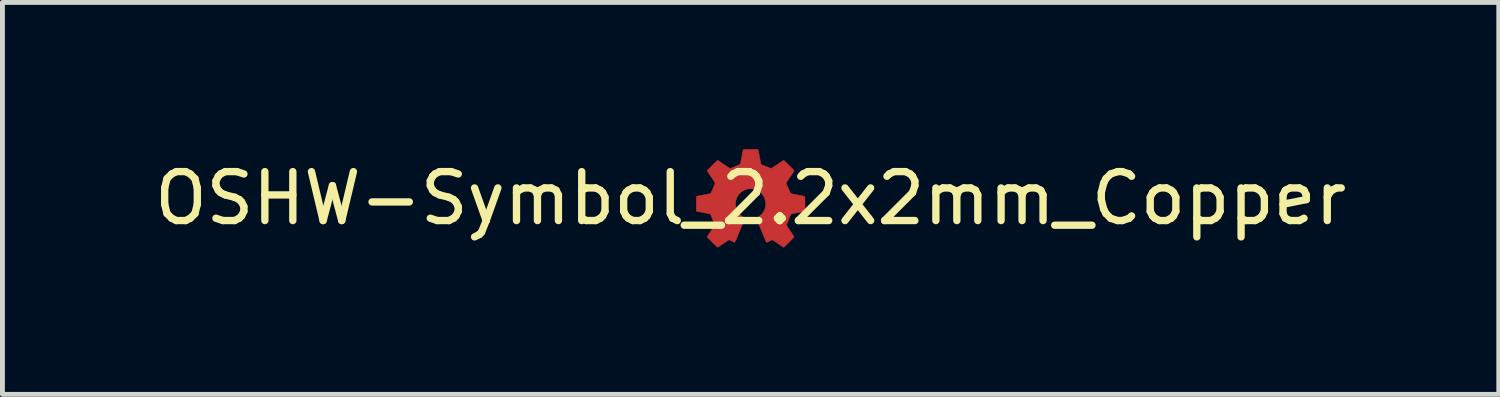
<source format=kicad_pcb>
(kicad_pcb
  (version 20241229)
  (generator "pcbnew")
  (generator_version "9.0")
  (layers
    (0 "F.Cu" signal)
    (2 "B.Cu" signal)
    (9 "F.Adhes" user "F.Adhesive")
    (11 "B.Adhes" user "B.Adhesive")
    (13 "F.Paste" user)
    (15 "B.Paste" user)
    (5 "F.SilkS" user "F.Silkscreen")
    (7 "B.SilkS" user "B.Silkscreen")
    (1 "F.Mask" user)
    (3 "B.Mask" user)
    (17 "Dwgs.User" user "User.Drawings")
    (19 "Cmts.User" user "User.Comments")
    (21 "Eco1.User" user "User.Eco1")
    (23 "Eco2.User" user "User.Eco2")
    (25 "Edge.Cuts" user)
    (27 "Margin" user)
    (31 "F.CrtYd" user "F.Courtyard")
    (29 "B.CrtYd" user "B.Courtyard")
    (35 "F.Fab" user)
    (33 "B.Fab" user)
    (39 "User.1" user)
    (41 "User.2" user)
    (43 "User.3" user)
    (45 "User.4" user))
  (footprint "OSHW-Symbol_2.2x2mm_Copper"
    (layer "F.Cu")
    (at 12.292 1.003)
    (property "Reference" "OSHW-Symbol_2.2x2mm_Copper" (at 0 0 0) (layer "F.SilkS") (effects (font (size 1 1) (thickness 0.15))))
    (attr exclude_from_pos_files exclude_from_bom)
    (fp_poly (pts (xy 0.153 -0.99) (xy 0.154 -0.985) (xy 0.157 -0.973) (xy 0.16 -0.956) (xy 0.165 -0.934) (xy 0.17 -0.908) (xy 0.175 -0.88) (xy 0.181 -0.849) (xy 0.183 -0.839) (xy 0.189 -0.808) (xy 0.194 -0.779) (xy 0.199 -0.753) (xy 0.204 -0.731) (xy 0.208 -0.713) (xy 0.211 -0.7) (xy 0.212 -0.694) (xy 0.213 -0.693) (xy 0.217 -0.691) (xy 0.227 -0.686) (xy 0.242 -0.68) (xy 0.261 -0.672) (xy 0.282 -0.664) (xy 0.305 -0.654) (xy 0.328 -0.645) (xy 0.351 -0.636) (xy 0.372 -0.628) (xy 0.39 -0.62) (xy 0.405 -0.615) (xy 0.416 -0.611) (xy 0.421 -0.61) (xy 0.425 -0.612) (xy 0.435 -0.617) (xy 0.449 -0.626) (xy 0.467 -0.638) (xy 0.488 -0.652) (xy 0.513 -0.669) (xy 0.539 -0.686) (xy 0.548 -0.693) (xy 0.575 -0.711) (xy 0.6 -0.728) (xy 0.622 -0.743) (xy 0.641 -0.756) (xy 0.657 -0.766) (xy 0.668 -0.773) (xy 0.674 -0.776) (xy 0.675 -0.777) (xy 0.679 -0.774) (xy 0.687 -0.767) (xy 0.699 -0.756) (xy 0.714 -0.742) (xy 0.731 -0.725) (xy 0.75 -0.707) (xy 0.77 -0.687) (xy 0.79 -0.667) (xy 0.811 -0.647) (xy 0.83 -0.627) (xy 0.847 -0.609) (xy 0.863 -0.593) (xy 0.875 -0.58) (xy 0.884 -0.57) (xy 0.889 -0.564) (xy 0.889 -0.563) (xy 0.887 -0.559) (xy 0.882 -0.55) (xy 0.873 -0.536) (xy 0.861 -0.518) (xy 0.847 -0.497) (xy 0.831 -0.473) (xy 0.813 -0.448) (xy 0.808 -0.439) (xy 0.79 -0.413) (xy 0.773 -0.388) (xy 0.758 -0.366) (xy 0.746 -0.346) (xy 0.736 -0.33) (xy 0.729 -0.319) (xy 0.726 -0.313) (xy 0.726 -0.312) (xy 0.727 -0.307) (xy 0.731 -0.296) (xy 0.737 -0.28) (xy 0.745 -0.261) (xy 0.754 -0.239) (xy 0.764 -0.216) (xy 0.774 -0.192) (xy 0.784 -0.17) (xy 0.793 -0.148) (xy 0.801 -0.13) (xy 0.808 -0.115) (xy 0.814 -0.105) (xy 0.816 -0.101) (xy 0.82 -0.099) (xy 0.828 -0.096) (xy 0.841 -0.093) (xy 0.859 -0.089) (xy 0.883 -0.084) (xy 0.912 -0.078) (xy 0.949 -0.071) (xy 0.962 -0.069) (xy 0.993 -0.063) (xy 1.022 -0.057) (xy 1.048 -0.052) (xy 1.07 -0.048) (xy 1.087 -0.044) (xy 1.1 -0.041) (xy 1.106 -0.039) (xy 1.106 -0.039) (xy 1.107 -0.035) (xy 1.108 -0.024) (xy 1.109 -0.008) (xy 1.11 0.013) (xy 1.11 0.037) (xy 1.111 0.064) (xy 1.111 0.092) (xy 1.111 0.121) (xy 1.111 0.15) (xy 1.111 0.177) (xy 1.11 0.202) (xy 1.11 0.225) (xy 1.109 0.243) (xy 1.108 0.256) (xy 1.107 0.263) (xy 1.106 0.264) (xy 1.102 0.266) (xy 1.091 0.268) (xy 1.074 0.272) (xy 1.053 0.276) (xy 1.028 0.281) (xy 1 0.286) (xy 0.97 0.292) (xy 0.964 0.293) (xy 0.926 0.3) (xy 0.896 0.306) (xy 0.871 0.311) (xy 0.852 0.315) (xy 0.838 0.319) (xy 0.828 0.322) (xy 0.823 0.324) (xy 0.822 0.325) (xy 0.819 0.33) (xy 0.814 0.341) (xy 0.807 0.357) (xy 0.799 0.376) (xy 0.79 0.398) (xy 0.781 0.422) (xy 0.771 0.446) (xy 0.762 0.47) (xy 0.753 0.492) (xy 0.746 0.512) (xy 0.74 0.529) (xy 0.735 0.541) (xy 0.733 0.548) (xy 0.733 0.548) (xy 0.735 0.553) (xy 0.741 0.563) (xy 0.75 0.577) (xy 0.762 0.596) (xy 0.776 0.617) (xy 0.792 0.641) (xy 0.809 0.666) (xy 0.811 0.67) (xy 0.829 0.695) (xy 0.845 0.719) (xy 0.859 0.741) (xy 0.871 0.759) (xy 0.881 0.773) (xy 0.887 0.783) (xy 0.889 0.788) (xy 0.889 0.788) (xy 0.887 0.792) (xy 0.88 0.8) (xy 0.868 0.812) (xy 0.854 0.827) (xy 0.836 0.846) (xy 0.816 0.866) (xy 0.794 0.889) (xy 0.784 0.898) (xy 0.757 0.926) (xy 0.734 0.948) (xy 0.715 0.966) (xy 0.7 0.98) (xy 0.689 0.991) (xy 0.681 0.997) (xy 0.675 1) (xy 0.673 1.001) (xy 0.668 0.999) (xy 0.659 0.992) (xy 0.644 0.983) (xy 0.626 0.971) (xy 0.605 0.957) (xy 0.582 0.941) (xy 0.557 0.924) (xy 0.527 0.904) (xy 0.501 0.886) (xy 0.479 0.872) (xy 0.461 0.861) (xy 0.449 0.853) (xy 0.441 0.85) (xy 0.44 0.849) (xy 0.434 0.851) (xy 0.423 0.856) (xy 0.408 0.862) (xy 0.391 0.871) (xy 0.384 0.875) (xy 0.363 0.886) (xy 0.348 0.893) (xy 0.337 0.898) (xy 0.329 0.899) (xy 0.324 0.899) (xy 0.321 0.896) (xy 0.32 0.896) (xy 0.318 0.891) (xy 0.313 0.88) (xy 0.306 0.864) (xy 0.297 0.844) (xy 0.287 0.819) (xy 0.275 0.791) (xy 0.263 0.76) (xy 0.249 0.727) (xy 0.235 0.693) (xy 0.221 0.658) (xy 0.206 0.623) (xy 0.192 0.588) (xy 0.179 0.555) (xy 0.166 0.524) (xy 0.155 0.495) (xy 0.144 0.469) (xy 0.136 0.447) (xy 0.129 0.429) (xy 0.124 0.417) (xy 0.122 0.41) (xy 0.122 0.409) (xy 0.126 0.405) (xy 0.134 0.398) (xy 0.146 0.39) (xy 0.153 0.385) (xy 0.18 0.365) (xy 0.206 0.343) (xy 0.23 0.319) (xy 0.25 0.295) (xy 0.257 0.285) (xy 0.28 0.244) (xy 0.296 0.202) (xy 0.306 0.157) (xy 0.309 0.112) (xy 0.305 0.067) (xy 0.295 0.023) (xy 0.279 -0.02) (xy 0.256 -0.059) (xy 0.228 -0.096) (xy 0.194 -0.128) (xy 0.155 -0.154) (xy 0.113 -0.175) (xy 0.081 -0.186) (xy 0.057 -0.191) (xy 0.028 -0.194) (xy -0.003 -0.195) (xy -0.034 -0.193) (xy -0.062 -0.19) (xy -0.081 -0.186) (xy -0.126 -0.169) (xy -0.167 -0.147) (xy -0.204 -0.119) (xy -0.236 -0.087) (xy -0.263 -0.05) (xy -0.284 -0.009) (xy -0.3 0.035) (xy -0.303 0.051) (xy -0.307 0.073) (xy -0.308 0.1) (xy -0.308 0.128) (xy -0.306 0.155) (xy -0.303 0.177) (xy -0.29 0.221) (xy -0.271 0.263) (xy -0.245 0.302) (xy -0.212 0.338) (xy -0.174 0.37) (xy -0.137 0.395) (xy -0.129 0.401) (xy -0.123 0.407) (xy -0.122 0.409) (xy -0.123 0.413) (xy -0.127 0.423) (xy -0.132 0.438) (xy -0.14 0.459) (xy -0.15 0.483) (xy -0.161 0.511) (xy -0.173 0.541) (xy -0.186 0.574) (xy -0.2 0.608) (xy -0.215 0.643) (xy -0.229 0.678) (xy -0.243 0.713) (xy -0.257 0.747) (xy -0.271 0.779) (xy -0.283 0.808) (xy -0.294 0.834) (xy -0.304 0.857) (xy -0.312 0.875) (xy -0.318 0.888) (xy -0.321 0.896) (xy -0.322 0.897) (xy -0.324 0.9) (xy -0.327 0.901) (xy -0.33 0.901) (xy -0.336 0.899) (xy -0.344 0.895) (xy -0.357 0.889) (xy -0.375 0.88) (xy -0.385 0.874) (xy -0.402 0.865) (xy -0.418 0.858) (xy -0.43 0.852) (xy -0.438 0.85) (xy -0.44 0.849) (xy -0.445 0.851) (xy -0.456 0.857) (xy -0.472 0.867) (xy -0.492 0.88) (xy -0.516 0.896) (xy -0.544 0.915) (xy -0.559 0.925) (xy -0.584 0.943) (xy -0.608 0.959) (xy -0.629 0.973) (xy -0.647 0.985) (xy -0.661 0.994) (xy -0.671 0.999) (xy -0.675 1.002) (xy -0.675 1.002) (xy -0.679 0.999) (xy -0.687 0.992) (xy -0.699 0.981) (xy -0.715 0.966) (xy -0.733 0.949) (xy -0.754 0.928) (xy -0.776 0.906) (xy -0.785 0.897) (xy -0.808 0.875) (xy -0.829 0.853) (xy -0.847 0.834) (xy -0.863 0.817) (xy -0.876 0.804) (xy -0.885 0.794) (xy -0.889 0.789) (xy -0.889 0.788) (xy -0.887 0.784) (xy -0.882 0.775) (xy -0.873 0.761) (xy -0.861 0.743) (xy -0.847 0.722) (xy -0.831 0.699) (xy -0.814 0.673) (xy -0.811 0.669) (xy -0.794 0.644) (xy -0.778 0.62) (xy -0.763 0.598) (xy -0.751 0.579) (xy -0.742 0.564) (xy -0.736 0.554) (xy -0.733 0.549) (xy -0.733 0.548) (xy -0.735 0.543) (xy -0.738 0.532) (xy -0.744 0.517) (xy -0.751 0.498) (xy -0.759 0.476) (xy -0.769 0.452) (xy -0.778 0.428) (xy -0.788 0.404) (xy -0.797 0.382) (xy -0.805 0.362) (xy -0.812 0.345) (xy -0.818 0.333) (xy -0.821 0.326) (xy -0.822 0.325) (xy -0.825 0.323) (xy -0.831 0.32) (xy -0.841 0.318) (xy -0.855 0.314) (xy -0.875 0.31) (xy -0.9 0.305) (xy -0.932 0.299) (xy -0.96 0.294) (xy -0.991 0.288) (xy -1.019 0.282) (xy -1.045 0.277) (xy -1.067 0.273) (xy -1.085 0.269) (xy -1.097 0.267) (xy -1.102 0.265) (xy -1.102 0.265) (xy -1.111 0.261) (xy -1.111 0.113) (xy -1.111 0.074) (xy -1.11 0.042) (xy -1.11 0.016) (xy -1.11 -0.004) (xy -1.109 -0.019) (xy -1.108 -0.029) (xy -1.107 -0.036) (xy -1.106 -0.039) (xy -1.106 -0.039) (xy -1.102 -0.04) (xy -1.091 -0.043) (xy -1.074 -0.047) (xy -1.053 -0.051) (xy -1.028 -0.056) (xy -1 -0.061) (xy -0.97 -0.067) (xy -0.962 -0.069) (xy -0.924 -0.076) (xy -0.892 -0.082) (xy -0.866 -0.087) (xy -0.847 -0.091) (xy -0.832 -0.095) (xy -0.822 -0.098) (xy -0.817 -0.1) (xy -0.816 -0.101) (xy -0.813 -0.106) (xy -0.808 -0.117) (xy -0.8 -0.132) (xy -0.792 -0.151) (xy -0.782 -0.172) (xy -0.772 -0.196) (xy -0.762 -0.219) (xy -0.753 -0.242) (xy -0.744 -0.263) (xy -0.736 -0.282) (xy -0.731 -0.297) (xy -0.727 -0.308) (xy -0.726 -0.312) (xy -0.728 -0.317) (xy -0.734 -0.327) (xy -0.743 -0.341) (xy -0.754 -0.36) (xy -0.769 -0.382) (xy -0.785 -0.406) (xy -0.803 -0.432) (xy -0.808 -0.439) (xy -0.825 -0.466) (xy -0.842 -0.49) (xy -0.857 -0.512) (xy -0.869 -0.531) (xy -0.879 -0.546) (xy -0.886 -0.557) (xy -0.889 -0.563) (xy -0.889 -0.563) (xy -0.887 -0.567) (xy -0.88 -0.575) (xy -0.868 -0.587) (xy -0.854 -0.602) (xy -0.836 -0.621) (xy -0.816 -0.641) (xy -0.794 -0.663) (xy -0.784 -0.673) (xy -0.757 -0.701) (xy -0.733 -0.723) (xy -0.715 -0.742) (xy -0.7 -0.755) (xy -0.689 -0.766) (xy -0.68 -0.772) (xy -0.675 -0.775) (xy -0.673 -0.776) (xy -0.668 -0.774) (xy -0.659 -0.767) (xy -0.644 -0.758) (xy -0.626 -0.746) (xy -0.605 -0.732) (xy -0.581 -0.715) (xy -0.555 -0.698) (xy -0.547 -0.692) (xy -0.52 -0.674) (xy -0.496 -0.657) (xy -0.473 -0.642) (xy -0.454 -0.63) (xy -0.438 -0.62) (xy -0.427 -0.613) (xy -0.421 -0.61) (xy -0.42 -0.61) (xy -0.414 -0.611) (xy -0.403 -0.615) (xy -0.387 -0.621) (xy -0.367 -0.629) (xy -0.346 -0.637) (xy -0.323 -0.647) (xy -0.299 -0.656) (xy -0.277 -0.666) (xy -0.256 -0.675) (xy -0.239 -0.683) (xy -0.226 -0.689) (xy -0.217 -0.693) (xy -0.216 -0.695) (xy -0.213 -0.698) (xy -0.211 -0.703) (xy -0.209 -0.71) (xy -0.206 -0.721) (xy -0.203 -0.736) (xy -0.199 -0.755) (xy -0.194 -0.78) (xy -0.188 -0.811) (xy -0.181 -0.846) (xy -0.176 -0.877) (xy -0.17 -0.906) (xy -0.165 -0.933) (xy -0.16 -0.955) (xy -0.157 -0.973) (xy -0.154 -0.986) (xy -0.152 -0.993) (xy -0.152 -0.994) (xy -0.149 -0.995) (xy -0.143 -0.996) (xy -0.133 -0.997) (xy -0.118 -0.997) (xy -0.099 -0.998) (xy -0.073 -0.998) (xy -0.042 -0.998) (xy -0.004 -0.998) (xy 0.149 -0.998) (xy 0.153 -0.99)) (stroke (width 0.01) (type solid)) (fill yes) (layer "F.Cu")))
  (gr_rect
    (start -3 -3)
    (end 27.583 5.01)
    (stroke (width 0.1) (type default))
    (fill no)
    (layer "Edge.Cuts")))
</source>
